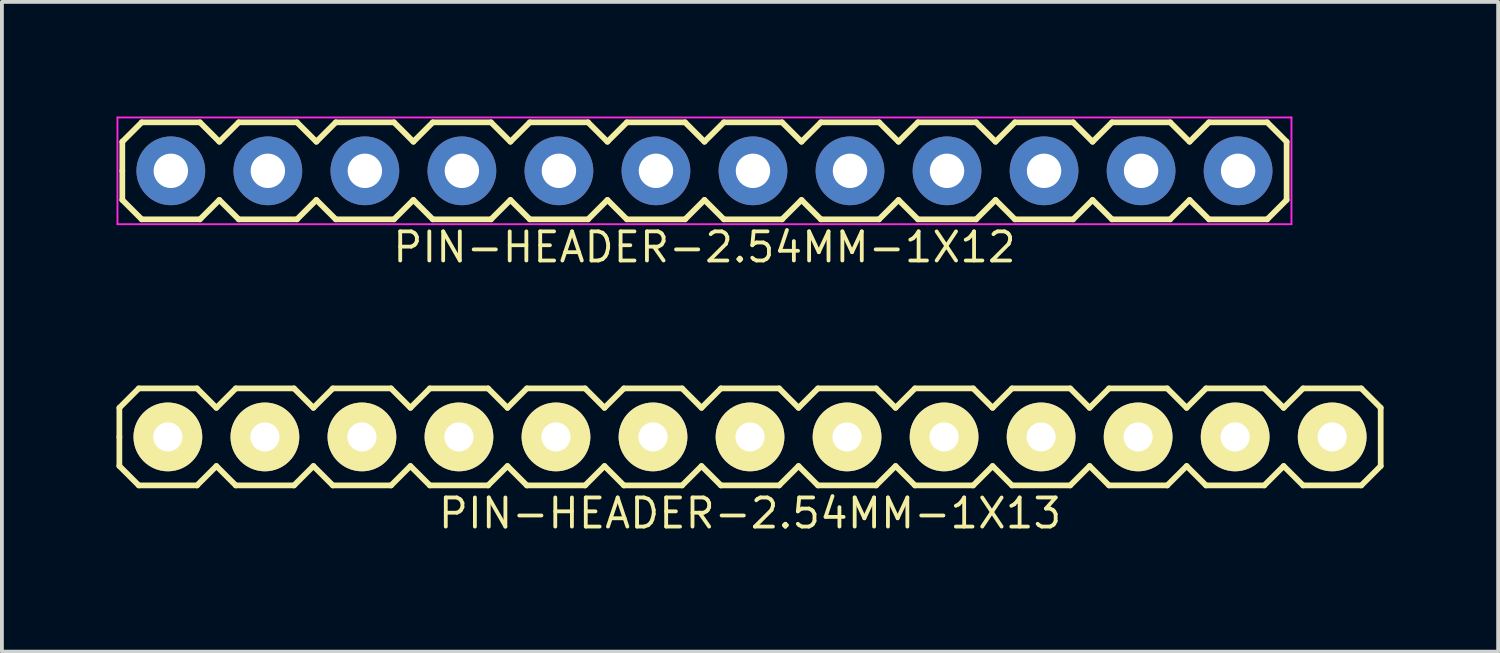
<source format=kicad_pcb>
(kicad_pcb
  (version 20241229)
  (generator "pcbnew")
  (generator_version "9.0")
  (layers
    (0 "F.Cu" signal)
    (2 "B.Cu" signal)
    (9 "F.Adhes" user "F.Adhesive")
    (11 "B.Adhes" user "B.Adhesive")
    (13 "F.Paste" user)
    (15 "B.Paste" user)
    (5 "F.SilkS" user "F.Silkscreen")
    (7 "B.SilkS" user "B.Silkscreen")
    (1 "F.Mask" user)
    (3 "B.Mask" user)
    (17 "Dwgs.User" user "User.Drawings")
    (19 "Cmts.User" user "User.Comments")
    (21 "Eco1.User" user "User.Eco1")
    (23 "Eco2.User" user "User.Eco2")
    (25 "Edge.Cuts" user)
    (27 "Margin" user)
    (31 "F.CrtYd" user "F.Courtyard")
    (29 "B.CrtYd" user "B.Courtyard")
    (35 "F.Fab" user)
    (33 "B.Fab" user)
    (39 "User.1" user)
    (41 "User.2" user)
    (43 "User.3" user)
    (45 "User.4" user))
  (footprint "PIN-HEADER-2.54MM-1X12"
    (layer "F.Cu")
    (at 15.392 1.422)
    (property "Reference" "PIN-HEADER-2.54MM-1X12" (at 0 2 0) (layer "F.SilkS") (effects (font (size 0.762 0.762) (thickness 0.1))))
    (attr through_hole)
    (fp_line (start -15.24 -0.762) (end -14.732 -1.27) (stroke (width 0.15) (type solid)) (layer "F.SilkS"))
    (fp_line (start -15.24 0) (end -15.24 -0.762) (stroke (width 0.15) (type solid)) (layer "F.SilkS"))
    (fp_line (start -15.24 0.762) (end -15.24 0) (stroke (width 0.15) (type solid)) (layer "F.SilkS"))
    (fp_line (start -14.732 -1.27) (end -13.208 -1.27) (stroke (width 0.15) (type solid)) (layer "F.SilkS"))
    (fp_line (start -14.732 1.27) (end -15.24 0.762) (stroke (width 0.15) (type solid)) (layer "F.SilkS"))
    (fp_line (start -13.208 -1.27) (end -12.7 -0.762) (stroke (width 0.15) (type solid)) (layer "F.SilkS"))
    (fp_line (start -13.208 1.27) (end -14.732 1.27) (stroke (width 0.15) (type solid)) (layer "F.SilkS"))
    (fp_line (start -12.7 -0.762) (end -12.192 -1.27) (stroke (width 0.15) (type solid)) (layer "F.SilkS"))
    (fp_line (start -12.7 0.762) (end -13.208 1.27) (stroke (width 0.15) (type solid)) (layer "F.SilkS"))
    (fp_line (start -12.192 -1.27) (end -10.668 -1.27) (stroke (width 0.15) (type solid)) (layer "F.SilkS"))
    (fp_line (start -12.192 1.27) (end -12.7 0.762) (stroke (width 0.15) (type solid)) (layer "F.SilkS"))
    (fp_line (start -10.668 -1.27) (end -10.16 -0.762) (stroke (width 0.15) (type solid)) (layer "F.SilkS"))
    (fp_line (start -10.668 1.27) (end -12.192 1.27) (stroke (width 0.15) (type solid)) (layer "F.SilkS"))
    (fp_line (start -10.16 -0.762) (end -9.652 -1.27) (stroke (width 0.15) (type solid)) (layer "F.SilkS"))
    (fp_line (start -10.16 0.762) (end -10.668 1.27) (stroke (width 0.15) (type solid)) (layer "F.SilkS"))
    (fp_line (start -9.652 -1.27) (end -8.128 -1.27) (stroke (width 0.15) (type solid)) (layer "F.SilkS"))
    (fp_line (start -9.652 1.27) (end -10.16 0.762) (stroke (width 0.15) (type solid)) (layer "F.SilkS"))
    (fp_line (start -8.128 -1.27) (end -7.62 -0.762) (stroke (width 0.15) (type solid)) (layer "F.SilkS"))
    (fp_line (start -8.128 1.27) (end -9.652 1.27) (stroke (width 0.15) (type solid)) (layer "F.SilkS"))
    (fp_line (start -7.62 -0.762) (end -7.112 -1.27) (stroke (width 0.15) (type solid)) (layer "F.SilkS"))
    (fp_line (start -7.62 0.762) (end -8.128 1.27) (stroke (width 0.15) (type solid)) (layer "F.SilkS"))
    (fp_line (start -7.112 -1.27) (end -5.588 -1.27) (stroke (width 0.15) (type solid)) (layer "F.SilkS"))
    (fp_line (start -7.112 1.27) (end -7.62 0.762) (stroke (width 0.15) (type solid)) (layer "F.SilkS"))
    (fp_line (start -5.588 -1.27) (end -5.08 -0.762) (stroke (width 0.15) (type solid)) (layer "F.SilkS"))
    (fp_line (start -5.588 1.27) (end -7.112 1.27) (stroke (width 0.15) (type solid)) (layer "F.SilkS"))
    (fp_line (start -5.08 -0.762) (end -4.572 -1.27) (stroke (width 0.15) (type solid)) (layer "F.SilkS"))
    (fp_line (start -5.08 0.762) (end -5.588 1.27) (stroke (width 0.15) (type solid)) (layer "F.SilkS"))
    (fp_line (start -4.572 -1.27) (end -3.048 -1.27) (stroke (width 0.15) (type solid)) (layer "F.SilkS"))
    (fp_line (start -4.572 1.27) (end -5.08 0.762) (stroke (width 0.15) (type solid)) (layer "F.SilkS"))
    (fp_line (start -3.048 -1.27) (end -2.54 -0.762) (stroke (width 0.15) (type solid)) (layer "F.SilkS"))
    (fp_line (start -3.048 1.27) (end -4.572 1.27) (stroke (width 0.15) (type solid)) (layer "F.SilkS"))
    (fp_line (start -2.54 -0.762) (end -2.032 -1.27) (stroke (width 0.15) (type solid)) (layer "F.SilkS"))
    (fp_line (start -2.54 0.762) (end -3.048 1.27) (stroke (width 0.15) (type solid)) (layer "F.SilkS"))
    (fp_line (start -2.032 -1.27) (end -0.508 -1.27) (stroke (width 0.15) (type solid)) (layer "F.SilkS"))
    (fp_line (start -2.032 1.27) (end -2.54 0.762) (stroke (width 0.15) (type solid)) (layer "F.SilkS"))
    (fp_line (start -0.508 -1.27) (end 0 -0.762) (stroke (width 0.15) (type solid)) (layer "F.SilkS"))
    (fp_line (start -0.508 1.27) (end -2.032 1.27) (stroke (width 0.15) (type solid)) (layer "F.SilkS"))
    (fp_line (start 0 -0.762) (end 0.508 -1.27) (stroke (width 0.15) (type solid)) (layer "F.SilkS"))
    (fp_line (start 0 0.762) (end -0.508 1.27) (stroke (width 0.15) (type solid)) (layer "F.SilkS"))
    (fp_line (start 0.508 -1.27) (end 2.032 -1.27) (stroke (width 0.15) (type solid)) (layer "F.SilkS"))
    (fp_line (start 0.508 1.27) (end 0 0.762) (stroke (width 0.15) (type solid)) (layer "F.SilkS"))
    (fp_line (start 2.032 -1.27) (end 2.54 -0.762) (stroke (width 0.15) (type solid)) (layer "F.SilkS"))
    (fp_line (start 2.032 1.27) (end 0.508 1.27) (stroke (width 0.15) (type solid)) (layer "F.SilkS"))
    (fp_line (start 2.54 -0.762) (end 3.048 -1.27) (stroke (width 0.15) (type solid)) (layer "F.SilkS"))
    (fp_line (start 2.54 0.762) (end 2.032 1.27) (stroke (width 0.15) (type solid)) (layer "F.SilkS"))
    (fp_line (start 3.048 -1.27) (end 4.572 -1.27) (stroke (width 0.15) (type solid)) (layer "F.SilkS"))
    (fp_line (start 3.048 1.27) (end 2.54 0.762) (stroke (width 0.15) (type solid)) (layer "F.SilkS"))
    (fp_line (start 4.572 -1.27) (end 5.08 -0.762) (stroke (width 0.15) (type solid)) (layer "F.SilkS"))
    (fp_line (start 4.572 1.27) (end 3.048 1.27) (stroke (width 0.15) (type solid)) (layer "F.SilkS"))
    (fp_line (start 5.08 -0.762) (end 5.588 -1.27) (stroke (width 0.15) (type solid)) (layer "F.SilkS"))
    (fp_line (start 5.08 0.762) (end 4.572 1.27) (stroke (width 0.15) (type solid)) (layer "F.SilkS"))
    (fp_line (start 5.588 -1.27) (end 7.112 -1.27) (stroke (width 0.15) (type solid)) (layer "F.SilkS"))
    (fp_line (start 5.588 1.27) (end 5.08 0.762) (stroke (width 0.15) (type solid)) (layer "F.SilkS"))
    (fp_line (start 7.112 -1.27) (end 7.62 -0.762) (stroke (width 0.15) (type solid)) (layer "F.SilkS"))
    (fp_line (start 7.112 1.27) (end 5.588 1.27) (stroke (width 0.15) (type solid)) (layer "F.SilkS"))
    (fp_line (start 7.62 -0.762) (end 8.128 -1.27) (stroke (width 0.15) (type solid)) (layer "F.SilkS"))
    (fp_line (start 7.62 0.762) (end 7.112 1.27) (stroke (width 0.15) (type solid)) (layer "F.SilkS"))
    (fp_line (start 8.128 -1.27) (end 9.652 -1.27) (stroke (width 0.15) (type solid)) (layer "F.SilkS"))
    (fp_line (start 8.128 1.27) (end 7.62 0.762) (stroke (width 0.15) (type solid)) (layer "F.SilkS"))
    (fp_line (start 9.652 -1.27) (end 10.16 -0.762) (stroke (width 0.15) (type solid)) (layer "F.SilkS"))
    (fp_line (start 9.652 1.27) (end 8.128 1.27) (stroke (width 0.15) (type solid)) (layer "F.SilkS"))
    (fp_line (start 10.16 -0.762) (end 10.668 -1.27) (stroke (width 0.15) (type solid)) (layer "F.SilkS"))
    (fp_line (start 10.16 0.762) (end 9.652 1.27) (stroke (width 0.15) (type solid)) (layer "F.SilkS"))
    (fp_line (start 10.668 -1.27) (end 12.192 -1.27) (stroke (width 0.15) (type solid)) (layer "F.SilkS"))
    (fp_line (start 10.668 1.27) (end 10.16 0.762) (stroke (width 0.15) (type solid)) (layer "F.SilkS"))
    (fp_line (start 12.192 -1.27) (end 12.7 -0.762) (stroke (width 0.15) (type solid)) (layer "F.SilkS"))
    (fp_line (start 12.192 1.27) (end 10.668 1.27) (stroke (width 0.15) (type solid)) (layer "F.SilkS"))
    (fp_line (start 12.7 -0.762) (end 13.208 -1.27) (stroke (width 0.15) (type solid)) (layer "F.SilkS"))
    (fp_line (start 12.7 0.762) (end 12.192 1.27) (stroke (width 0.15) (type solid)) (layer "F.SilkS"))
    (fp_line (start 13.208 -1.27) (end 14.732 -1.27) (stroke (width 0.15) (type solid)) (layer "F.SilkS"))
    (fp_line (start 13.208 1.27) (end 12.7 0.762) (stroke (width 0.15) (type solid)) (layer "F.SilkS"))
    (fp_line (start 14.732 -1.27) (end 15.24 -0.762) (stroke (width 0.15) (type solid)) (layer "F.SilkS"))
    (fp_line (start 14.732 1.27) (end 13.208 1.27) (stroke (width 0.15) (type solid)) (layer "F.SilkS"))
    (fp_line (start 15.24 -0.762) (end 15.24 0.762) (stroke (width 0.15) (type solid)) (layer "F.SilkS"))
    (fp_line (start 15.24 0.762) (end 14.732 1.27) (stroke (width 0.15) (type solid)) (layer "F.SilkS"))
    (fp_line (start -15.367 -1.397) (end 15.367 -1.397) (stroke (width 0.05) (type solid)) (layer "F.CrtYd"))
    (fp_line (start -15.367 1.397) (end -15.367 -1.397) (stroke (width 0.05) (type solid)) (layer "F.CrtYd"))
    (fp_line (start 15.367 -1.397) (end 15.367 1.397) (stroke (width 0.05) (type solid)) (layer "F.CrtYd"))
    (fp_line (start 15.367 1.397) (end -15.367 1.397) (stroke (width 0.05) (type solid)) (layer "F.CrtYd"))
    (pad "1" thru_hole circle (at -13.97 0) (size 1.8 1.8) (drill 0.9) (layers "*.Cu" "*.Mask"))
    (pad "2" thru_hole circle (at -11.43 0) (size 1.8 1.8) (drill 0.9) (layers "*.Cu" "*.Mask"))
    (pad "3" thru_hole circle (at -8.89 0) (size 1.8 1.8) (drill 0.9) (layers "*.Cu" "*.Mask"))
    (pad "4" thru_hole circle (at -6.35 0) (size 1.8 1.8) (drill 0.9) (layers "*.Cu" "*.Mask"))
    (pad "5" thru_hole circle (at -3.81 0) (size 1.8 1.8) (drill 0.9) (layers "*.Cu" "*.Mask"))
    (pad "6" thru_hole circle (at -1.27 0) (size 1.8 1.8) (drill 0.9) (layers "*.Cu" "*.Mask"))
    (pad "7" thru_hole circle (at 1.27 0) (size 1.8 1.8) (drill 0.9) (layers "*.Cu" "*.Mask"))
    (pad "8" thru_hole circle (at 3.81 0) (size 1.8 1.8) (drill 0.9) (layers "*.Cu" "*.Mask"))
    (pad "9" thru_hole circle (at 6.35 0) (size 1.8 1.8) (drill 0.9) (layers "*.Cu" "*.Mask"))
    (pad "10" thru_hole circle (at 8.89 0) (size 1.8 1.8) (drill 0.9) (layers "*.Cu" "*.Mask"))
    (pad "11" thru_hole circle (at 11.43 0) (size 1.8 1.8) (drill 0.9) (layers "*.Cu" "*.Mask"))
    (pad "12" thru_hole circle (at 13.97 0) (size 1.8 1.8) (drill 0.9) (layers "*.Cu" "*.Mask")))
  (footprint "PIN-HEADER-2.54MM-1X13"
    (layer "F.Cu")
    (at 16.585 8.388)
    (property "Reference" "PIN-HEADER-2.54MM-1X13" (at 0 2 0) (layer "F.SilkS") (effects (font (size 0.762 0.762) (thickness 0.1))))
    (attr through_hole)
    (fp_line (start -16.51 -0.762) (end -16.002 -1.27) (stroke (width 0.15) (type solid)) (layer "F.SilkS"))
    (fp_line (start -16.51 0) (end -16.51 -0.762) (stroke (width 0.15) (type solid)) (layer "F.SilkS"))
    (fp_line (start -16.51 0.762) (end -16.51 0) (stroke (width 0.15) (type solid)) (layer "F.SilkS"))
    (fp_line (start -16.002 -1.27) (end -14.478 -1.27) (stroke (width 0.15) (type solid)) (layer "F.SilkS"))
    (fp_line (start -16.002 1.27) (end -16.51 0.762) (stroke (width 0.15) (type solid)) (layer "F.SilkS"))
    (fp_line (start -14.478 -1.27) (end -13.97 -0.762) (stroke (width 0.15) (type solid)) (layer "F.SilkS"))
    (fp_line (start -14.478 1.27) (end -16.002 1.27) (stroke (width 0.15) (type solid)) (layer "F.SilkS"))
    (fp_line (start -13.97 -0.762) (end -13.462 -1.27) (stroke (width 0.15) (type solid)) (layer "F.SilkS"))
    (fp_line (start -13.97 0.762) (end -14.478 1.27) (stroke (width 0.15) (type solid)) (layer "F.SilkS"))
    (fp_line (start -13.462 -1.27) (end -11.938 -1.27) (stroke (width 0.15) (type solid)) (layer "F.SilkS"))
    (fp_line (start -13.462 1.27) (end -13.97 0.762) (stroke (width 0.15) (type solid)) (layer "F.SilkS"))
    (fp_line (start -11.938 -1.27) (end -11.43 -0.762) (stroke (width 0.15) (type solid)) (layer "F.SilkS"))
    (fp_line (start -11.938 1.27) (end -13.462 1.27) (stroke (width 0.15) (type solid)) (layer "F.SilkS"))
    (fp_line (start -11.43 -0.762) (end -10.922 -1.27) (stroke (width 0.15) (type solid)) (layer "F.SilkS"))
    (fp_line (start -11.43 0.762) (end -11.938 1.27) (stroke (width 0.15) (type solid)) (layer "F.SilkS"))
    (fp_line (start -10.922 -1.27) (end -9.398 -1.27) (stroke (width 0.15) (type solid)) (layer "F.SilkS"))
    (fp_line (start -10.922 1.27) (end -11.43 0.762) (stroke (width 0.15) (type solid)) (layer "F.SilkS"))
    (fp_line (start -9.398 -1.27) (end -8.89 -0.762) (stroke (width 0.15) (type solid)) (layer "F.SilkS"))
    (fp_line (start -9.398 1.27) (end -10.922 1.27) (stroke (width 0.15) (type solid)) (layer "F.SilkS"))
    (fp_line (start -8.89 -0.762) (end -8.382 -1.27) (stroke (width 0.15) (type solid)) (layer "F.SilkS"))
    (fp_line (start -8.89 0.762) (end -9.398 1.27) (stroke (width 0.15) (type solid)) (layer "F.SilkS"))
    (fp_line (start -8.382 -1.27) (end -6.858 -1.27) (stroke (width 0.15) (type solid)) (layer "F.SilkS"))
    (fp_line (start -8.382 1.27) (end -8.89 0.762) (stroke (width 0.15) (type solid)) (layer "F.SilkS"))
    (fp_line (start -6.858 -1.27) (end -6.35 -0.762) (stroke (width 0.15) (type solid)) (layer "F.SilkS"))
    (fp_line (start -6.858 1.27) (end -8.382 1.27) (stroke (width 0.15) (type solid)) (layer "F.SilkS"))
    (fp_line (start -6.35 -0.762) (end -5.842 -1.27) (stroke (width 0.15) (type solid)) (layer "F.SilkS"))
    (fp_line (start -6.35 0.762) (end -6.858 1.27) (stroke (width 0.15) (type solid)) (layer "F.SilkS"))
    (fp_line (start -5.842 -1.27) (end -4.318 -1.27) (stroke (width 0.15) (type solid)) (layer "F.SilkS"))
    (fp_line (start -5.842 1.27) (end -6.35 0.762) (stroke (width 0.15) (type solid)) (layer "F.SilkS"))
    (fp_line (start -4.318 -1.27) (end -3.81 -0.762) (stroke (width 0.15) (type solid)) (layer "F.SilkS"))
    (fp_line (start -4.318 1.27) (end -5.842 1.27) (stroke (width 0.15) (type solid)) (layer "F.SilkS"))
    (fp_line (start -3.81 -0.762) (end -3.302 -1.27) (stroke (width 0.15) (type solid)) (layer "F.SilkS"))
    (fp_line (start -3.81 0.762) (end -4.318 1.27) (stroke (width 0.15) (type solid)) (layer "F.SilkS"))
    (fp_line (start -3.302 -1.27) (end -1.778 -1.27) (stroke (width 0.15) (type solid)) (layer "F.SilkS"))
    (fp_line (start -3.302 1.27) (end -3.81 0.762) (stroke (width 0.15) (type solid)) (layer "F.SilkS"))
    (fp_line (start -1.778 -1.27) (end -1.27 -0.762) (stroke (width 0.15) (type solid)) (layer "F.SilkS"))
    (fp_line (start -1.778 1.27) (end -3.302 1.27) (stroke (width 0.15) (type solid)) (layer "F.SilkS"))
    (fp_line (start -1.27 -0.762) (end -0.762 -1.27) (stroke (width 0.15) (type solid)) (layer "F.SilkS"))
    (fp_line (start -1.27 0.762) (end -1.778 1.27) (stroke (width 0.15) (type solid)) (layer "F.SilkS"))
    (fp_line (start -0.762 -1.27) (end 0.762 -1.27) (stroke (width 0.15) (type solid)) (layer "F.SilkS"))
    (fp_line (start -0.762 1.27) (end -1.27 0.762) (stroke (width 0.15) (type solid)) (layer "F.SilkS"))
    (fp_line (start 0.762 -1.27) (end 1.27 -0.762) (stroke (width 0.15) (type solid)) (layer "F.SilkS"))
    (fp_line (start 0.762 1.27) (end -0.762 1.27) (stroke (width 0.15) (type solid)) (layer "F.SilkS"))
    (fp_line (start 1.27 -0.762) (end 1.778 -1.27) (stroke (width 0.15) (type solid)) (layer "F.SilkS"))
    (fp_line (start 1.27 0.762) (end 0.762 1.27) (stroke (width 0.15) (type solid)) (layer "F.SilkS"))
    (fp_line (start 1.778 -1.27) (end 3.302 -1.27) (stroke (width 0.15) (type solid)) (layer "F.SilkS"))
    (fp_line (start 1.778 1.27) (end 1.27 0.762) (stroke (width 0.15) (type solid)) (layer "F.SilkS"))
    (fp_line (start 3.302 -1.27) (end 3.81 -0.762) (stroke (width 0.15) (type solid)) (layer "F.SilkS"))
    (fp_line (start 3.302 1.27) (end 1.778 1.27) (stroke (width 0.15) (type solid)) (layer "F.SilkS"))
    (fp_line (start 3.81 -0.762) (end 4.318 -1.27) (stroke (width 0.15) (type solid)) (layer "F.SilkS"))
    (fp_line (start 3.81 0.762) (end 3.302 1.27) (stroke (width 0.15) (type solid)) (layer "F.SilkS"))
    (fp_line (start 4.318 -1.27) (end 5.842 -1.27) (stroke (width 0.15) (type solid)) (layer "F.SilkS"))
    (fp_line (start 4.318 1.27) (end 3.81 0.762) (stroke (width 0.15) (type solid)) (layer "F.SilkS"))
    (fp_line (start 5.842 -1.27) (end 6.35 -0.762) (stroke (width 0.15) (type solid)) (layer "F.SilkS"))
    (fp_line (start 5.842 1.27) (end 4.318 1.27) (stroke (width 0.15) (type solid)) (layer "F.SilkS"))
    (fp_line (start 6.35 -0.762) (end 6.858 -1.27) (stroke (width 0.15) (type solid)) (layer "F.SilkS"))
    (fp_line (start 6.35 0.762) (end 5.842 1.27) (stroke (width 0.15) (type solid)) (layer "F.SilkS"))
    (fp_line (start 6.858 -1.27) (end 8.382 -1.27) (stroke (width 0.15) (type solid)) (layer "F.SilkS"))
    (fp_line (start 6.858 1.27) (end 6.35 0.762) (stroke (width 0.15) (type solid)) (layer "F.SilkS"))
    (fp_line (start 8.382 -1.27) (end 8.89 -0.762) (stroke (width 0.15) (type solid)) (layer "F.SilkS"))
    (fp_line (start 8.382 1.27) (end 6.858 1.27) (stroke (width 0.15) (type solid)) (layer "F.SilkS"))
    (fp_line (start 8.89 -0.762) (end 9.398 -1.27) (stroke (width 0.15) (type solid)) (layer "F.SilkS"))
    (fp_line (start 8.89 0.762) (end 8.382 1.27) (stroke (width 0.15) (type solid)) (layer "F.SilkS"))
    (fp_line (start 9.398 -1.27) (end 10.922 -1.27) (stroke (width 0.15) (type solid)) (layer "F.SilkS"))
    (fp_line (start 9.398 1.27) (end 8.89 0.762) (stroke (width 0.15) (type solid)) (layer "F.SilkS"))
    (fp_line (start 10.922 -1.27) (end 11.43 -0.762) (stroke (width 0.15) (type solid)) (layer "F.SilkS"))
    (fp_line (start 10.922 1.27) (end 9.398 1.27) (stroke (width 0.15) (type solid)) (layer "F.SilkS"))
    (fp_line (start 11.43 -0.762) (end 11.938 -1.27) (stroke (width 0.15) (type solid)) (layer "F.SilkS"))
    (fp_line (start 11.43 0.762) (end 10.922 1.27) (stroke (width 0.15) (type solid)) (layer "F.SilkS"))
    (fp_line (start 11.938 -1.27) (end 13.462 -1.27) (stroke (width 0.15) (type solid)) (layer "F.SilkS"))
    (fp_line (start 11.938 1.27) (end 11.43 0.762) (stroke (width 0.15) (type solid)) (layer "F.SilkS"))
    (fp_line (start 13.462 -1.27) (end 13.97 -0.762) (stroke (width 0.15) (type solid)) (layer "F.SilkS"))
    (fp_line (start 13.462 1.27) (end 11.938 1.27) (stroke (width 0.15) (type solid)) (layer "F.SilkS"))
    (fp_line (start 13.97 -0.762) (end 14.478 -1.27) (stroke (width 0.15) (type solid)) (layer "F.SilkS"))
    (fp_line (start 13.97 0.762) (end 13.462 1.27) (stroke (width 0.15) (type solid)) (layer "F.SilkS"))
    (fp_line (start 14.478 -1.27) (end 16.002 -1.27) (stroke (width 0.15) (type solid)) (layer "F.SilkS"))
    (fp_line (start 14.478 1.27) (end 13.97 0.762) (stroke (width 0.15) (type solid)) (layer "F.SilkS"))
    (fp_line (start 16.002 -1.27) (end 16.51 -0.762) (stroke (width 0.15) (type solid)) (layer "F.SilkS"))
    (fp_line (start 16.002 1.27) (end 14.478 1.27) (stroke (width 0.15) (type solid)) (layer "F.SilkS"))
    (fp_line (start 16.51 -0.762) (end 16.51 0.762) (stroke (width 0.15) (type solid)) (layer "F.SilkS"))
    (fp_line (start 16.51 0.762) (end 16.002 1.27) (stroke (width 0.15) (type solid)) (layer "F.SilkS"))
    (pad "1" thru_hole circle (at -15.24 0) (size 1.8 1.8) (drill 0.762) (layers "*.Cu" "*.Mask" "F.SilkS"))
    (pad "2" thru_hole circle (at -12.7 0) (size 1.8 1.8) (drill 0.762) (layers "*.Cu" "*.Mask" "F.SilkS"))
    (pad "3" thru_hole circle (at -10.16 0) (size 1.8 1.8) (drill 0.762) (layers "*.Cu" "*.Mask" "F.SilkS"))
    (pad "4" thru_hole circle (at -7.62 0) (size 1.8 1.8) (drill 0.762) (layers "*.Cu" "*.Mask" "F.SilkS"))
    (pad "5" thru_hole circle (at -5.08 0) (size 1.8 1.8) (drill 0.762) (layers "*.Cu" "*.Mask" "F.SilkS"))
    (pad "6" thru_hole circle (at -2.54 0) (size 1.8 1.8) (drill 0.762) (layers "*.Cu" "*.Mask" "F.SilkS"))
    (pad "7" thru_hole circle (at 0 0) (size 1.8 1.8) (drill 0.762) (layers "*.Cu" "*.Mask" "F.SilkS"))
    (pad "8" thru_hole circle (at 2.54 0) (size 1.8 1.8) (drill 0.762) (layers "*.Cu" "*.Mask" "F.SilkS"))
    (pad "9" thru_hole circle (at 5.08 0) (size 1.8 1.8) (drill 0.762) (layers "*.Cu" "*.Mask" "F.SilkS"))
    (pad "10" thru_hole circle (at 7.62 0) (size 1.8 1.8) (drill 0.762) (layers "*.Cu" "*.Mask" "F.SilkS"))
    (pad "11" thru_hole circle (at 10.16 0) (size 1.8 1.8) (drill 0.762) (layers "*.Cu" "*.Mask" "F.SilkS"))
    (pad "12" thru_hole circle (at 12.7 0) (size 1.8 1.8) (drill 0.762) (layers "*.Cu" "*.Mask" "F.SilkS"))
    (pad "13" thru_hole circle (at 15.24 0) (size 1.8 1.8) (drill 0.762) (layers "*.Cu" "*.Mask" "F.SilkS")))
  (gr_rect
    (start -3 -3)
    (end 36.17 14.01)
    (stroke (width 0.1) (type default))
    (fill no)
    (layer "Edge.Cuts")))
</source>
